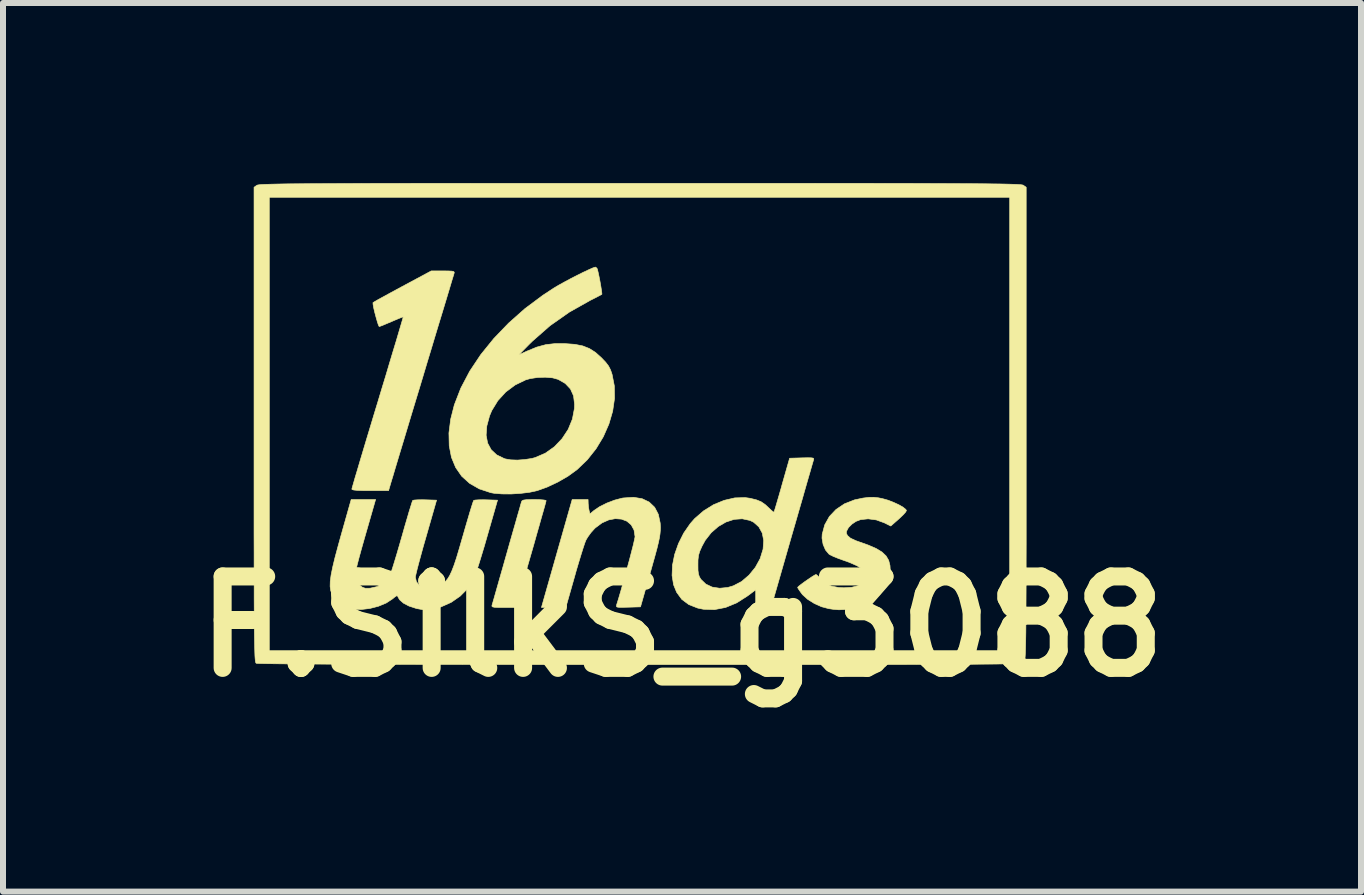
<source format=kicad_pcb>
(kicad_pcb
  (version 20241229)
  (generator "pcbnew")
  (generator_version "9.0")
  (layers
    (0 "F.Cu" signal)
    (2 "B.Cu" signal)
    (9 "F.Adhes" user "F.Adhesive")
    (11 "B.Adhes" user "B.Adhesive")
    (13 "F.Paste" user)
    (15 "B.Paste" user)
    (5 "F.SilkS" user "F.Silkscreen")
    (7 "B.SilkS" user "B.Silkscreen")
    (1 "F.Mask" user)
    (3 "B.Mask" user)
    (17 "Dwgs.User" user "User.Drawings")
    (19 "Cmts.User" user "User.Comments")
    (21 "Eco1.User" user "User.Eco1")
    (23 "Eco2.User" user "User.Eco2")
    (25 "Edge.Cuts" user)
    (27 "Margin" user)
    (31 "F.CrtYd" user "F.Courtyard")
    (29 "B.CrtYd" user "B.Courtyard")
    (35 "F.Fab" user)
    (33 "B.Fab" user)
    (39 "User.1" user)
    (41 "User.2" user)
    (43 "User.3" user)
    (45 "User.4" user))
  (footprint "F.SilkS_g3088"
    (layer "F.Cu")
    (at 8.317 7.392)
    (property "Reference" "F.SilkS_g3088" (at 0 0 0) (layer "F.SilkS") (effects (font (size 1.524 1.524) (thickness 0.3))))
    (attr through_hole)
    (fp_poly (pts (xy -2.378 -2.115) (xy -2.311 -2.11) (xy -2.271 -2.103) (xy -2.265 -2.099) (xy -2.27 -2.076) (xy -2.286 -2.017) (xy -2.311 -1.928) (xy -2.344 -1.814) (xy -2.382 -1.678) (xy -2.425 -1.528) (xy -2.47 -1.367) (xy -2.518 -1.201) (xy -2.566 -1.035) (xy -2.612 -0.873) (xy -2.656 -0.722) (xy -2.696 -0.585) (xy -2.73 -0.469) (xy -2.732 -0.46) (xy -2.775 -0.318) (xy -2.976 -0.318) (xy -3.07 -0.318) (xy -3.128 -0.321) (xy -3.159 -0.328) (xy -3.169 -0.34) (xy -3.167 -0.355) (xy -3.159 -0.382) (xy -3.14 -0.447) (xy -3.113 -0.542) (xy -3.078 -0.665) (xy -3.037 -0.81) (xy -2.99 -0.974) (xy -2.94 -1.151) (xy -2.921 -1.217) (xy -2.87 -1.398) (xy -2.822 -1.566) (xy -2.778 -1.719) (xy -2.741 -1.85) (xy -2.71 -1.956) (xy -2.689 -2.032) (xy -2.677 -2.074) (xy -2.675 -2.08) (xy -2.665 -2.097) (xy -2.64 -2.108) (xy -2.593 -2.114) (xy -2.516 -2.116) (xy -2.464 -2.117) (xy -2.378 -2.115)) (stroke (width 0.01) (type solid)) (fill yes) (layer "F.SilkS"))
    (fp_poly (pts (xy -0.664 -2.13) (xy -0.547 -2.074) (xy -0.456 -1.987) (xy -0.395 -1.87) (xy -0.364 -1.725) (xy -0.36 -1.651) (xy -0.362 -1.598) (xy -0.367 -1.542) (xy -0.377 -1.477) (xy -0.394 -1.398) (xy -0.418 -1.299) (xy -0.452 -1.174) (xy -0.496 -1.017) (xy -0.526 -0.91) (xy -0.692 -0.328) (xy -0.898 -0.322) (xy -0.992 -0.32) (xy -1.052 -0.32) (xy -1.083 -0.325) (xy -1.094 -0.336) (xy -1.092 -0.354) (xy -1.09 -0.362) (xy -1.059 -0.461) (xy -1.024 -0.58) (xy -0.986 -0.714) (xy -0.946 -0.855) (xy -0.908 -0.996) (xy -0.871 -1.132) (xy -0.839 -1.256) (xy -0.812 -1.361) (xy -0.794 -1.441) (xy -0.784 -1.49) (xy -0.783 -1.498) (xy -0.8 -1.608) (xy -0.847 -1.694) (xy -0.918 -1.755) (xy -1.009 -1.79) (xy -1.112 -1.798) (xy -1.222 -1.777) (xy -1.334 -1.727) (xy -1.443 -1.646) (xy -1.457 -1.633) (xy -1.519 -1.564) (xy -1.573 -1.489) (xy -1.602 -1.439) (xy -1.62 -1.393) (xy -1.647 -1.312) (xy -1.681 -1.204) (xy -1.72 -1.076) (xy -1.762 -0.935) (xy -1.791 -0.831) (xy -1.937 -0.318) (xy -2.343 -0.318) (xy -2.087 -1.217) (xy -1.831 -2.116) (xy -1.699 -2.117) (xy -1.566 -2.117) (xy -1.564 -2.048) (xy -1.558 -1.982) (xy -1.548 -1.929) (xy -1.534 -1.878) (xy -1.467 -1.934) (xy -1.374 -1.997) (xy -1.254 -2.057) (xy -1.123 -2.107) (xy -0.997 -2.14) (xy -0.975 -2.143) (xy -0.807 -2.154) (xy -0.664 -2.13)) (stroke (width 0.01) (type solid)) (fill yes) (layer "F.SilkS"))
    (fp_poly (pts (xy -3.891 -5.926) (xy -3.834 -5.923) (xy -3.805 -5.916) (xy -3.796 -5.904) (xy -3.799 -5.886) (xy -3.807 -5.859) (xy -3.827 -5.795) (xy -3.856 -5.698) (xy -3.894 -5.571) (xy -3.94 -5.418) (xy -3.993 -5.243) (xy -4.052 -5.05) (xy -4.115 -4.842) (xy -4.181 -4.622) (xy -4.25 -4.395) (xy -4.319 -4.164) (xy -4.389 -3.932) (xy -4.458 -3.705) (xy -4.525 -3.484) (xy -4.588 -3.274) (xy -4.647 -3.078) (xy -4.701 -2.9) (xy -4.748 -2.744) (xy -4.787 -2.614) (xy -4.817 -2.512) (xy -4.838 -2.444) (xy -4.846 -2.418) (xy -4.891 -2.265) (xy -5.197 -2.265) (xy -5.324 -2.266) (xy -5.413 -2.269) (xy -5.47 -2.275) (xy -5.498 -2.283) (xy -5.503 -2.291) (xy -5.497 -2.315) (xy -5.479 -2.377) (xy -5.452 -2.472) (xy -5.414 -2.598) (xy -5.369 -2.751) (xy -5.316 -2.928) (xy -5.257 -3.125) (xy -5.192 -3.34) (xy -5.123 -3.569) (xy -5.072 -3.736) (xy -5.001 -3.972) (xy -4.933 -4.195) (xy -4.871 -4.404) (xy -4.814 -4.594) (xy -4.763 -4.761) (xy -4.721 -4.904) (xy -4.687 -5.019) (xy -4.663 -5.101) (xy -4.649 -5.149) (xy -4.647 -5.16) (xy -4.667 -5.155) (xy -4.717 -5.135) (xy -4.789 -5.105) (xy -4.847 -5.08) (xy -4.93 -5.045) (xy -4.996 -5.017) (xy -5.038 -5.002) (xy -5.048 -5) (xy -5.062 -5.029) (xy -5.08 -5.085) (xy -5.101 -5.159) (xy -5.122 -5.238) (xy -5.139 -5.311) (xy -5.149 -5.368) (xy -5.151 -5.397) (xy -5.15 -5.398) (xy -5.128 -5.412) (xy -5.073 -5.444) (xy -4.991 -5.489) (xy -4.887 -5.546) (xy -4.767 -5.611) (xy -4.656 -5.671) (xy -4.179 -5.927) (xy -3.982 -5.927) (xy -3.891 -5.926)) (stroke (width 0.01) (type solid)) (fill yes) (layer "F.SilkS"))
    (fp_poly (pts (xy 2.152 -2.812) (xy 2.184 -2.807) (xy 2.195 -2.797) (xy 2.193 -2.779) (xy 2.191 -2.774) (xy 2.183 -2.747) (xy 2.164 -2.682) (xy 2.136 -2.584) (xy 2.099 -2.457) (xy 2.055 -2.304) (xy 2.005 -2.128) (xy 1.949 -1.935) (xy 1.889 -1.726) (xy 1.832 -1.53) (xy 1.487 -0.328) (xy 1.228 -0.315) (xy 1.228 -0.612) (xy 1.095 -0.512) (xy 0.912 -0.395) (xy 0.726 -0.318) (xy 0.54 -0.282) (xy 0.356 -0.288) (xy 0.26 -0.308) (xy 0.113 -0.366) (xy -0.004 -0.453) (xy -0.09 -0.571) (xy -0.141 -0.696) (xy -0.166 -0.851) (xy -0.159 -1.022) (xy -0.158 -1.027) (xy 0.265 -1.027) (xy 0.266 -0.936) (xy 0.274 -0.874) (xy 0.29 -0.827) (xy 0.315 -0.786) (xy 0.397 -0.707) (xy 0.503 -0.657) (xy 0.627 -0.638) (xy 0.762 -0.651) (xy 0.856 -0.679) (xy 0.992 -0.75) (xy 1.116 -0.856) (xy 1.222 -0.986) (xy 1.302 -1.132) (xy 1.35 -1.287) (xy 1.351 -1.293) (xy 1.361 -1.434) (xy 1.337 -1.558) (xy 1.28 -1.661) (xy 1.194 -1.738) (xy 1.133 -1.768) (xy 1.003 -1.796) (xy 0.868 -1.786) (xy 0.733 -1.742) (xy 0.604 -1.667) (xy 0.486 -1.564) (xy 0.386 -1.436) (xy 0.333 -1.339) (xy 0.296 -1.256) (xy 0.275 -1.187) (xy 0.266 -1.111) (xy 0.265 -1.027) (xy -0.158 -1.027) (xy -0.123 -1.202) (xy -0.059 -1.383) (xy 0.028 -1.557) (xy 0.138 -1.716) (xy 0.21 -1.798) (xy 0.36 -1.928) (xy 0.526 -2.031) (xy 0.702 -2.103) (xy 0.879 -2.144) (xy 1.052 -2.149) (xy 1.136 -2.137) (xy 1.241 -2.111) (xy 1.319 -2.079) (xy 1.388 -2.031) (xy 1.445 -1.978) (xy 1.49 -1.935) (xy 1.522 -1.91) (xy 1.532 -1.907) (xy 1.54 -1.929) (xy 1.558 -1.986) (xy 1.583 -2.071) (xy 1.615 -2.18) (xy 1.651 -2.305) (xy 1.666 -2.36) (xy 1.793 -2.805) (xy 1.999 -2.811) (xy 2.093 -2.813) (xy 2.152 -2.812)) (stroke (width 0.01) (type solid)) (fill yes) (layer "F.SilkS"))
    (fp_poly (pts (xy 3.275 -2.145) (xy 3.347 -2.13) (xy 3.435 -2.105) (xy 3.527 -2.069) (xy 3.614 -2.029) (xy 3.685 -1.988) (xy 3.73 -1.951) (xy 3.74 -1.935) (xy 3.729 -1.911) (xy 3.692 -1.868) (xy 3.636 -1.814) (xy 3.613 -1.793) (xy 3.479 -1.675) (xy 3.37 -1.729) (xy 3.237 -1.777) (xy 3.102 -1.795) (xy 2.977 -1.782) (xy 2.9 -1.753) (xy 2.833 -1.708) (xy 2.779 -1.654) (xy 2.766 -1.635) (xy 2.741 -1.586) (xy 2.739 -1.553) (xy 2.758 -1.516) (xy 2.759 -1.515) (xy 2.807 -1.473) (xy 2.894 -1.432) (xy 2.936 -1.417) (xy 3.105 -1.357) (xy 3.236 -1.3) (xy 3.333 -1.241) (xy 3.401 -1.176) (xy 3.444 -1.103) (xy 3.466 -1.016) (xy 3.471 -0.927) (xy 3.451 -0.787) (xy 3.392 -0.656) (xy 3.301 -0.539) (xy 3.18 -0.439) (xy 3.035 -0.361) (xy 2.87 -0.308) (xy 2.815 -0.298) (xy 2.705 -0.283) (xy 2.614 -0.279) (xy 2.52 -0.287) (xy 2.445 -0.298) (xy 2.325 -0.33) (xy 2.203 -0.385) (xy 2.093 -0.454) (xy 2.009 -0.53) (xy 1.996 -0.547) (xy 1.957 -0.6) (xy 1.932 -0.639) (xy 1.927 -0.653) (xy 1.943 -0.67) (xy 1.985 -0.703) (xy 2.043 -0.746) (xy 2.107 -0.79) (xy 2.166 -0.83) (xy 2.212 -0.858) (xy 2.233 -0.868) (xy 2.254 -0.853) (xy 2.289 -0.817) (xy 2.301 -0.803) (xy 2.385 -0.725) (xy 2.485 -0.675) (xy 2.61 -0.65) (xy 2.699 -0.646) (xy 2.829 -0.654) (xy 2.926 -0.679) (xy 2.998 -0.724) (xy 3.041 -0.775) (xy 3.066 -0.839) (xy 3.054 -0.899) (xy 3.004 -0.957) (xy 2.914 -1.014) (xy 2.784 -1.071) (xy 2.699 -1.101) (xy 2.607 -1.134) (xy 2.525 -1.167) (xy 2.466 -1.196) (xy 2.448 -1.208) (xy 2.391 -1.276) (xy 2.351 -1.369) (xy 2.333 -1.473) (xy 2.336 -1.537) (xy 2.378 -1.694) (xy 2.456 -1.834) (xy 2.567 -1.951) (xy 2.707 -2.045) (xy 2.875 -2.111) (xy 3.017 -2.141) (xy 3.116 -2.153) (xy 3.195 -2.154) (xy 3.275 -2.145)) (stroke (width 0.01) (type solid)) (fill yes) (layer "F.SilkS"))
    (fp_poly (pts (xy -1.419 -5.973) (xy -1.41 -5.953) (xy -1.398 -5.903) (xy -1.383 -5.833) (xy -1.367 -5.751) (xy -1.353 -5.67) (xy -1.342 -5.6) (xy -1.336 -5.552) (xy -1.336 -5.537) (xy -1.357 -5.525) (xy -1.408 -5.498) (xy -1.478 -5.462) (xy -1.523 -5.44) (xy -1.877 -5.241) (xy -2.2 -5.014) (xy -2.493 -4.757) (xy -2.551 -4.7) (xy -2.72 -4.528) (xy -2.582 -4.591) (xy -2.421 -4.657) (xy -2.27 -4.698) (xy -2.113 -4.716) (xy -1.949 -4.715) (xy -1.786 -4.703) (xy -1.655 -4.677) (xy -1.544 -4.633) (xy -1.443 -4.569) (xy -1.343 -4.479) (xy -1.341 -4.477) (xy -1.271 -4.403) (xy -1.224 -4.341) (xy -1.191 -4.276) (xy -1.166 -4.203) (xy -1.128 -4.009) (xy -1.125 -3.802) (xy -1.156 -3.589) (xy -1.219 -3.374) (xy -1.312 -3.163) (xy -1.433 -2.963) (xy -1.579 -2.779) (xy -1.749 -2.616) (xy -1.753 -2.613) (xy -1.9 -2.506) (xy -2.072 -2.407) (xy -2.251 -2.323) (xy -2.414 -2.265) (xy -2.542 -2.237) (xy -2.691 -2.219) (xy -2.849 -2.209) (xy -3.001 -2.21) (xy -3.134 -2.221) (xy -3.188 -2.231) (xy -3.379 -2.294) (xy -3.54 -2.386) (xy -3.672 -2.505) (xy -3.773 -2.651) (xy -3.843 -2.82) (xy -3.88 -3.012) (xy -3.884 -3.189) (xy -3.265 -3.189) (xy -3.24 -3.057) (xy -3.181 -2.947) (xy -3.088 -2.86) (xy -2.962 -2.799) (xy -2.942 -2.793) (xy -2.855 -2.778) (xy -2.743 -2.774) (xy -2.621 -2.783) (xy -2.504 -2.801) (xy -2.447 -2.816) (xy -2.278 -2.889) (xy -2.127 -2.996) (xy -1.999 -3.131) (xy -1.897 -3.286) (xy -1.827 -3.457) (xy -1.793 -3.637) (xy -1.791 -3.704) (xy -1.808 -3.845) (xy -1.86 -3.96) (xy -1.946 -4.051) (xy -2.064 -4.119) (xy -2.158 -4.145) (xy -2.278 -4.155) (xy -2.407 -4.151) (xy -2.532 -4.132) (xy -2.608 -4.11) (xy -2.781 -4.026) (xy -2.938 -3.909) (xy -3.07 -3.764) (xy -3.171 -3.599) (xy -3.208 -3.511) (xy -3.254 -3.341) (xy -3.265 -3.189) (xy -3.884 -3.189) (xy -3.885 -3.224) (xy -3.856 -3.455) (xy -3.795 -3.694) (xy -3.686 -3.975) (xy -3.538 -4.256) (xy -3.354 -4.532) (xy -3.137 -4.8) (xy -2.89 -5.057) (xy -2.617 -5.299) (xy -2.319 -5.521) (xy -2.135 -5.642) (xy -2.054 -5.69) (xy -1.958 -5.743) (xy -1.852 -5.8) (xy -1.744 -5.855) (xy -1.642 -5.906) (xy -1.554 -5.947) (xy -1.486 -5.977) (xy -1.446 -5.99) (xy -1.442 -5.99) (xy -1.419 -5.973)) (stroke (width 0.01) (type solid)) (fill yes) (layer "F.SilkS"))
    (fp_poly (pts (xy -5.285 -1.498) (xy -5.339 -1.308) (xy -5.381 -1.155) (xy -5.413 -1.033) (xy -5.434 -0.938) (xy -5.444 -0.865) (xy -5.446 -0.811) (xy -5.438 -0.769) (xy -5.421 -0.737) (xy -5.396 -0.709) (xy -5.371 -0.687) (xy -5.324 -0.653) (xy -5.279 -0.638) (xy -5.215 -0.638) (xy -5.193 -0.64) (xy -5.07 -0.668) (xy -4.965 -0.729) (xy -4.887 -0.817) (xy -4.868 -0.853) (xy -4.851 -0.896) (xy -4.825 -0.975) (xy -4.792 -1.081) (xy -4.753 -1.21) (xy -4.711 -1.354) (xy -4.667 -1.507) (xy -4.665 -1.513) (xy -4.623 -1.662) (xy -4.583 -1.798) (xy -4.549 -1.915) (xy -4.52 -2.008) (xy -4.5 -2.072) (xy -4.489 -2.101) (xy -4.488 -2.102) (xy -4.462 -2.108) (xy -4.403 -2.112) (xy -4.323 -2.113) (xy -4.282 -2.112) (xy -4.091 -2.106) (xy -4.267 -1.492) (xy -4.312 -1.336) (xy -4.352 -1.19) (xy -4.387 -1.061) (xy -4.415 -0.954) (xy -4.434 -0.874) (xy -4.444 -0.828) (xy -4.444 -0.821) (xy -4.427 -0.746) (xy -4.378 -0.689) (xy -4.305 -0.652) (xy -4.216 -0.639) (xy -4.12 -0.652) (xy -4.043 -0.682) (xy -3.993 -0.712) (xy -3.949 -0.746) (xy -3.91 -0.79) (xy -3.874 -0.847) (xy -3.838 -0.923) (xy -3.8 -1.021) (xy -3.758 -1.147) (xy -3.711 -1.305) (xy -3.655 -1.499) (xy -3.653 -1.505) (xy -3.61 -1.655) (xy -3.57 -1.791) (xy -3.535 -1.91) (xy -3.506 -2.004) (xy -3.485 -2.069) (xy -3.473 -2.1) (xy -3.472 -2.102) (xy -3.446 -2.108) (xy -3.387 -2.112) (xy -3.307 -2.113) (xy -3.266 -2.112) (xy -3.075 -2.106) (xy -3.249 -1.5) (xy -3.295 -1.34) (xy -3.341 -1.188) (xy -3.383 -1.051) (xy -3.421 -0.933) (xy -3.452 -0.843) (xy -3.475 -0.786) (xy -3.478 -0.779) (xy -3.571 -0.634) (xy -3.697 -0.507) (xy -3.847 -0.403) (xy -4.015 -0.328) (xy -4.155 -0.292) (xy -4.248 -0.281) (xy -4.326 -0.282) (xy -4.413 -0.298) (xy -4.437 -0.304) (xy -4.55 -0.341) (xy -4.642 -0.389) (xy -4.706 -0.445) (xy -4.731 -0.487) (xy -4.741 -0.51) (xy -4.758 -0.512) (xy -4.79 -0.49) (xy -4.826 -0.46) (xy -4.93 -0.392) (xy -5.06 -0.338) (xy -5.203 -0.301) (xy -5.346 -0.284) (xy -5.475 -0.29) (xy -5.509 -0.297) (xy -5.634 -0.342) (xy -5.734 -0.41) (xy -5.761 -0.437) (xy -5.803 -0.487) (xy -5.835 -0.539) (xy -5.855 -0.598) (xy -5.865 -0.668) (xy -5.863 -0.753) (xy -5.849 -0.858) (xy -5.823 -0.987) (xy -5.785 -1.145) (xy -5.734 -1.335) (xy -5.689 -1.498) (xy -5.514 -2.117) (xy -5.31 -2.117) (xy -5.107 -2.117) (xy -5.285 -1.498)) (stroke (width 0.01) (type solid)) (fill yes) (layer "F.SilkS"))
    (fp_poly (pts (xy -0.081 -7.387) (xy 0.496 -7.387) (xy 1.034 -7.387) (xy 1.533 -7.387) (xy 1.995 -7.387) (xy 2.423 -7.386) (xy 2.816 -7.386) (xy 3.176 -7.386) (xy 3.506 -7.385) (xy 3.805 -7.385) (xy 4.076 -7.384) (xy 4.321 -7.383) (xy 4.539 -7.382) (xy 4.733 -7.381) (xy 4.905 -7.38) (xy 5.055 -7.379) (xy 5.185 -7.377) (xy 5.296 -7.376) (xy 5.391 -7.374) (xy 5.469 -7.372) (xy 5.533 -7.37) (xy 5.584 -7.368) (xy 5.623 -7.365) (xy 5.651 -7.363) (xy 5.671 -7.36) (xy 5.684 -7.357) (xy 5.689 -7.354) (xy 5.736 -7.321) (xy 5.736 -3.378) (xy 5.736 -2.898) (xy 5.736 -2.459) (xy 5.736 -2.058) (xy 5.736 -1.694) (xy 5.736 -1.365) (xy 5.735 -1.07) (xy 5.735 -0.806) (xy 5.734 -0.572) (xy 5.733 -0.366) (xy 5.732 -0.186) (xy 5.731 -0.03) (xy 5.73 0.104) (xy 5.728 0.216) (xy 5.726 0.31) (xy 5.724 0.387) (xy 5.722 0.448) (xy 5.719 0.496) (xy 5.716 0.532) (xy 5.713 0.559) (xy 5.709 0.577) (xy 5.705 0.589) (xy 5.701 0.596) (xy 5.697 0.6) (xy 5.692 0.603) (xy 5.681 0.607) (xy 5.664 0.609) (xy 5.64 0.612) (xy 5.606 0.615) (xy 5.562 0.617) (xy 5.506 0.619) (xy 5.437 0.621) (xy 5.353 0.623) (xy 5.253 0.625) (xy 5.136 0.626) (xy 5 0.627) (xy 4.843 0.629) (xy 4.665 0.63) (xy 4.464 0.631) (xy 4.238 0.631) (xy 3.986 0.632) (xy 3.707 0.633) (xy 3.4 0.633) (xy 3.062 0.634) (xy 2.693 0.634) (xy 2.29 0.634) (xy 1.854 0.634) (xy 1.382 0.634) (xy 0.872 0.634) (xy 0.324 0.634) (xy -0.264 0.634) (xy -0.7 0.634) (xy -1.408 0.634) (xy -2.074 0.634) (xy -2.697 0.634) (xy -3.279 0.633) (xy -3.819 0.632) (xy -4.317 0.632) (xy -4.774 0.631) (xy -5.189 0.629) (xy -5.563 0.628) (xy -5.896 0.627) (xy -6.188 0.625) (xy -6.439 0.624) (xy -6.649 0.622) (xy -6.819 0.62) (xy -6.948 0.618) (xy -7.037 0.616) (xy -7.086 0.614) (xy -7.096 0.612) (xy -7.101 0.608) (xy -7.105 0.6) (xy -7.109 0.586) (xy -7.112 0.564) (xy -7.115 0.533) (xy -7.118 0.49) (xy -7.12 0.434) (xy -7.122 0.364) (xy -7.124 0.277) (xy -7.126 0.172) (xy -7.128 0.046) (xy -7.129 -0.101) (xy -7.13 -0.272) (xy -7.131 -0.469) (xy -7.131 -0.693) (xy -7.132 -0.947) (xy -7.132 -1.231) (xy -7.133 -1.548) (xy -7.133 -1.899) (xy -7.133 -2.287) (xy -7.133 -2.713) (xy -7.133 -3.178) (xy -7.133 -3.365) (xy -7.133 -7.154) (xy -6.879 -7.154) (xy -6.879 0.402) (xy 5.461 0.402) (xy 5.461 -7.154) (xy -6.879 -7.154) (xy -7.133 -7.154) (xy -7.133 -7.321) (xy -7.086 -7.354) (xy -7.079 -7.357) (xy -7.065 -7.36) (xy -7.043 -7.363) (xy -7.012 -7.366) (xy -6.971 -7.368) (xy -6.917 -7.37) (xy -6.851 -7.372) (xy -6.769 -7.374) (xy -6.672 -7.376) (xy -6.556 -7.378) (xy -6.422 -7.379) (xy -6.268 -7.38) (xy -6.091 -7.381) (xy -5.892 -7.382) (xy -5.668 -7.383) (xy -5.419 -7.384) (xy -5.142 -7.385) (xy -4.836 -7.385) (xy -4.5 -7.386) (xy -4.133 -7.386) (xy -3.732 -7.386) (xy -3.298 -7.387) (xy -2.828 -7.387) (xy -2.321 -7.387) (xy -1.775 -7.387) (xy -1.19 -7.387) (xy -0.699 -7.387) (xy -0.081 -7.387)) (stroke (width 0.01) (type solid)) (fill yes) (layer "F.SilkS")))
  (gr_rect
    (start -3 -3)
    (end 19.633 11.81)
    (stroke (width 0.1) (type default))
    (fill no)
    (layer "Edge.Cuts")))
</source>
